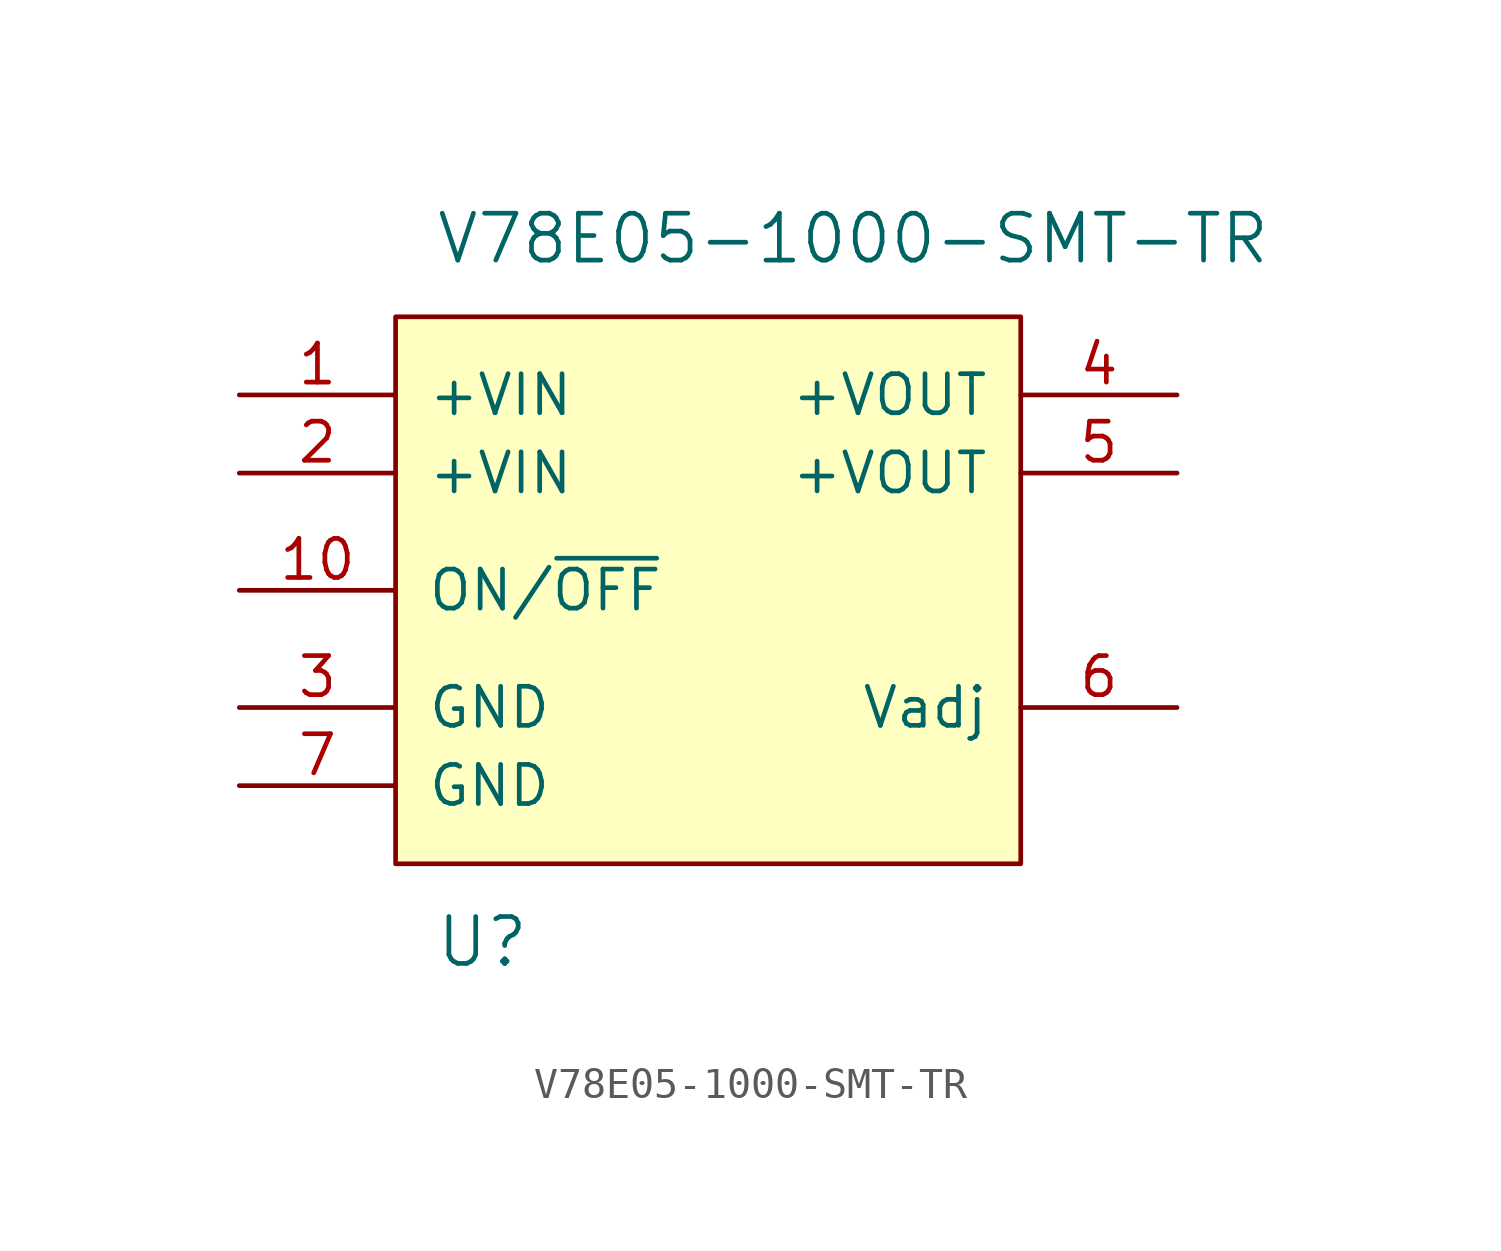
<source format=kicad_sym>
(kicad_symbol_lib
  (version 20231120)
  (generator "kicad_symbol_editor")
  (generator_version "8.0")
  (symbol "V78E05-1000-SMT-TR"
    (pin_names
      (offset 1.016))
    (property "Reference" "U"
      (at -8.89 -11.43 0)
      (effects (font (size 1.524 1.524)) (justify left)))
    (property "Value" "V78E05-1000-SMT-TR"
      (at -8.89 11.43 0)
      (effects (font (size 1.524 1.524)) (justify left)))
    (symbol "V78E05-1000-SMT-TR_0_1"
      (rectangle (start -10.16 8.89) (end 10.16 -8.89) (stroke (width 0) (type default)) (fill (type background))))
    (symbol "V78E05-1000-SMT-TR_1_1"
      (pin power_in line (at -15.24 6.35 0) (length 5.08) (name "+VIN" (effects (font (size 1.27 1.27)))) (number "1" (effects (font (size 1.27 1.27)))))
      (pin input line (at -15.24 0 0) (length 5.08) (name "ON/~{OFF}" (effects (font (size 1.27 1.27)))) (number "10" (effects (font (size 1.27 1.27)))))
      (pin power_in line (at -15.24 3.81 0) (length 5.08) (name "+VIN" (effects (font (size 1.27 1.27)))) (number "2" (effects (font (size 1.27 1.27)))))
      (pin power_in line (at -15.24 -3.81 0) (length 5.08) (name "GND" (effects (font (size 1.27 1.27)))) (number "3" (effects (font (size 1.27 1.27)))))
      (pin power_out line (at 15.24 6.35 180) (length 5.08) (name "+VOUT" (effects (font (size 1.27 1.27)))) (number "4" (effects (font (size 1.27 1.27)))))
      (pin power_out line (at 15.24 3.81 180) (length 5.08) (name "+VOUT" (effects (font (size 1.27 1.27)))) (number "5" (effects (font (size 1.27 1.27)))))
      (pin bidirectional line (at 15.24 -3.81 180) (length 5.08) (name "Vadj" (effects (font (size 1.27 1.27)))) (number "6" (effects (font (size 1.27 1.27)))))
      (pin power_in line (at -15.24 -6.35 0) (length 5.08) (name "GND" (effects (font (size 1.27 1.27)))) (number "7" (effects (font (size 1.27 1.27))))))))
</source>
